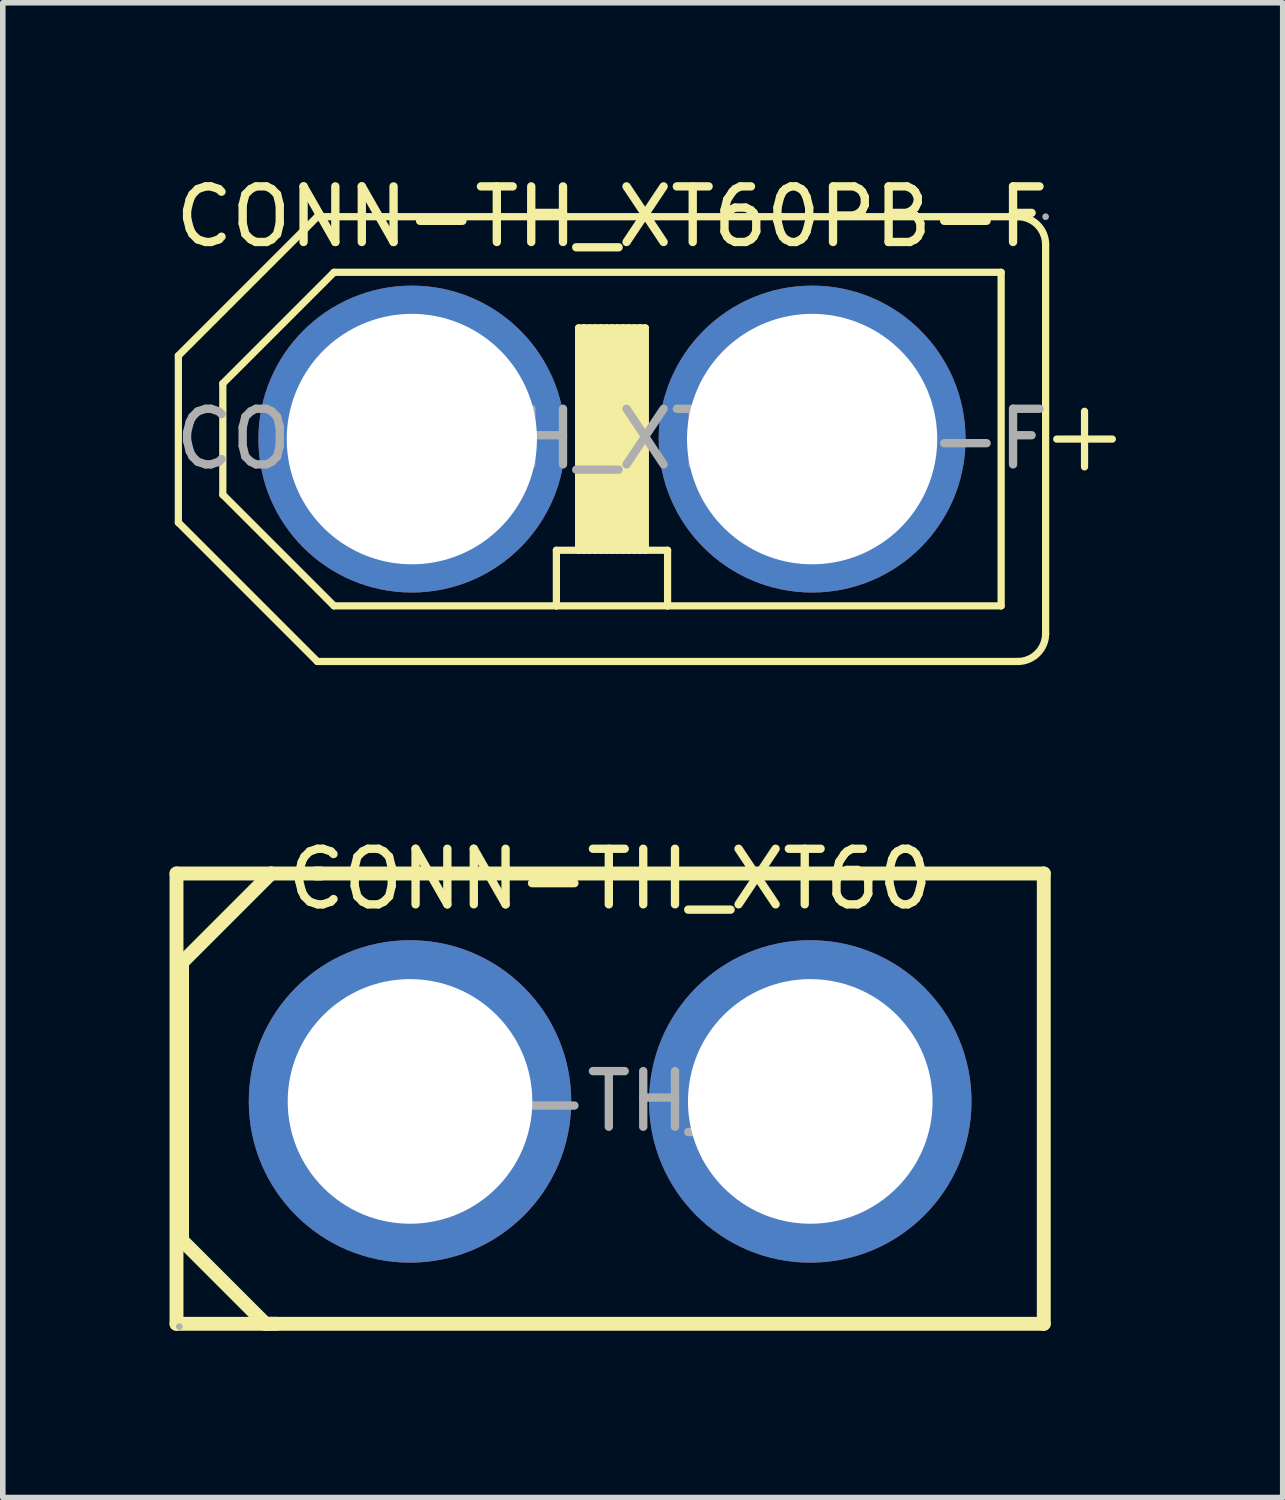
<source format=kicad_pcb>
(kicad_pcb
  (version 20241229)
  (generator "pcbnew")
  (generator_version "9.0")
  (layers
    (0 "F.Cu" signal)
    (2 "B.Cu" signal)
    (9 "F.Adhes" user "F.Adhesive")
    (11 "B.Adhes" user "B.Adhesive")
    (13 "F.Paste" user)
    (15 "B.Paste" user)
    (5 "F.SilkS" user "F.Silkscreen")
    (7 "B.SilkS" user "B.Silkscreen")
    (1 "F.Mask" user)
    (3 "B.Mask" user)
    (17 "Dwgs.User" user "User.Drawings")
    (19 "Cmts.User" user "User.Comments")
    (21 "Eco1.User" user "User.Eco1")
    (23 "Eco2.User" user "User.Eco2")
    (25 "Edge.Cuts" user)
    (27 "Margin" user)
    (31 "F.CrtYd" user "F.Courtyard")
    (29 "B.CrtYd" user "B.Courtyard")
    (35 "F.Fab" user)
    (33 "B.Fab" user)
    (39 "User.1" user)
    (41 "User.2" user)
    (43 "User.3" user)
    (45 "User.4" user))
  (footprint "CONN-TH_XT60"
    (layer "F.Cu")
    (at 7.925 16.762)
    (property "Reference" "CONN-TH_XT60" (at 0 -4 0) (layer "F.SilkS") (effects (font (size 1 1) (thickness 0.15))))
    (attr through_hole)
    (fp_line (start -7.8 -4.1) (end -7.8 4) (stroke (width 0.25) (type solid)) (layer "F.SilkS"))
    (fp_line (start -7.8 4) (end -6 4) (stroke (width 0.25) (type solid)) (layer "F.SilkS"))
    (fp_line (start -7.7 -2.5) (end -7.7 2.5) (stroke (width 0.25) (type solid)) (layer "F.SilkS"))
    (fp_line (start -7.7 2.5) (end -6.2 4) (stroke (width 0.25) (type solid)) (layer "F.SilkS"))
    (fp_line (start -6.2 4) (end 7.8 4) (stroke (width 0.25) (type solid)) (layer "F.SilkS"))
    (fp_line (start -6.1 -4.1) (end -7.8 -4.1) (stroke (width 0.25) (type solid)) (layer "F.SilkS"))
    (fp_line (start -6.1 -4.1) (end -7.7 -2.5) (stroke (width 0.25) (type solid)) (layer "F.SilkS"))
    (fp_line (start -5.2 -4.1) (end -6.1 -4.1) (stroke (width 0.25) (type solid)) (layer "F.SilkS"))
    (fp_line (start 7.8 -4.1) (end -5.3 -4.1) (stroke (width 0.25) (type solid)) (layer "F.SilkS"))
    (fp_line (start 7.8 4) (end 7.8 -4.1) (stroke (width 0.25) (type solid)) (layer "F.SilkS"))
    (fp_circle (center -7.75 4.05) (end -7.72 4.05) (stroke (width 0.06) (type solid)) (fill no) (layer "F.Fab"))
    (fp_circle (center -3.6 0) (end -2.72 0) (stroke (width 1.75) (type solid)) (fill no) (layer "F.Fab"))
    (fp_circle (center 3.6 0) (end 4.48 0) (stroke (width 1.75) (type solid)) (fill no) (layer "F.Fab"))
    (fp_text user "${REFERENCE}" (at 0 0 0) (layer "F.Fab") (effects (font (size 1 1) (thickness 0.15))))
    (pad "1" thru_hole circle (at -3.6 0) (size 5.8 5.8) (drill 4.4) (layers "*.Cu" "*.Mask"))
    (pad "2" thru_hole circle (at 3.6 0) (size 5.8 5.8) (drill 4.4) (layers "*.Cu" "*.Mask")))
  (footprint "CONN-TH_XT60PB-F"
    (layer "F.Cu")
    (at 7.958 4.848)
    (property "Reference" "CONN-TH_XT60PB-F" (at 0 -4 0) (layer "F.SilkS") (effects (font (size 1 1) (thickness 0.15))))
    (attr through_hole)
    (fp_line (start -7.8 -1.5) (end -5.3 -4) (stroke (width 0.13) (type solid)) (layer "F.SilkS"))
    (fp_line (start -7.8 1.5) (end -7.8 -1.5) (stroke (width 0.13) (type solid)) (layer "F.SilkS"))
    (fp_line (start -7 -1) (end -7 1) (stroke (width 0.13) (type solid)) (layer "F.SilkS"))
    (fp_line (start -7 1) (end -5 3) (stroke (width 0.13) (type solid)) (layer "F.SilkS"))
    (fp_line (start -5.3 -4) (end 7.3 -4) (stroke (width 0.13) (type solid)) (layer "F.SilkS"))
    (fp_line (start -5.3 4) (end -7.8 1.5) (stroke (width 0.13) (type solid)) (layer "F.SilkS"))
    (fp_line (start -5 -3) (end -7 -1) (stroke (width 0.13) (type solid)) (layer "F.SilkS"))
    (fp_line (start -5 3) (end -1 3) (stroke (width 0.13) (type solid)) (layer "F.SilkS"))
    (fp_line (start -1 2) (end -0.6 2) (stroke (width 0.13) (type solid)) (layer "F.SilkS"))
    (fp_line (start -1 3) (end -1 2) (stroke (width 0.13) (type solid)) (layer "F.SilkS"))
    (fp_line (start -1 3) (end 1 3) (stroke (width 0.13) (type solid)) (layer "F.SilkS"))
    (fp_line (start -0.6 -2) (end -0.5 -2) (stroke (width 0.13) (type solid)) (layer "F.SilkS"))
    (fp_line (start -0.6 2) (end -0.6 -2) (stroke (width 0.13) (type solid)) (layer "F.SilkS"))
    (fp_line (start -0.6 2) (end -0.5 2) (stroke (width 0.13) (type solid)) (layer "F.SilkS"))
    (fp_line (start -0.5 -2) (end -0.4 -2) (stroke (width 0.13) (type solid)) (layer "F.SilkS"))
    (fp_line (start -0.5 2) (end -0.5 -2) (stroke (width 0.13) (type solid)) (layer "F.SilkS"))
    (fp_line (start -0.5 2) (end -0.4 2) (stroke (width 0.13) (type solid)) (layer "F.SilkS"))
    (fp_line (start -0.4 -2) (end -0.3 -2) (stroke (width 0.13) (type solid)) (layer "F.SilkS"))
    (fp_line (start -0.4 2) (end -0.4 -2) (stroke (width 0.13) (type solid)) (layer "F.SilkS"))
    (fp_line (start -0.4 2) (end -0.3 2) (stroke (width 0.13) (type solid)) (layer "F.SilkS"))
    (fp_line (start -0.3 -2) (end -0.2 -2) (stroke (width 0.13) (type solid)) (layer "F.SilkS"))
    (fp_line (start -0.3 2) (end -0.3 -2) (stroke (width 0.13) (type solid)) (layer "F.SilkS"))
    (fp_line (start -0.3 2) (end -0.2 2) (stroke (width 0.13) (type solid)) (layer "F.SilkS"))
    (fp_line (start -0.2 -2) (end -0.1 -2) (stroke (width 0.13) (type solid)) (layer "F.SilkS"))
    (fp_line (start -0.2 2) (end -0.2 -2) (stroke (width 0.13) (type solid)) (layer "F.SilkS"))
    (fp_line (start -0.2 2) (end -0.1 2) (stroke (width 0.13) (type solid)) (layer "F.SilkS"))
    (fp_line (start -0.1 -2) (end 0 -2) (stroke (width 0.13) (type solid)) (layer "F.SilkS"))
    (fp_line (start -0.1 2) (end -0.1 -2) (stroke (width 0.13) (type solid)) (layer "F.SilkS"))
    (fp_line (start -0.1 2) (end 0 2) (stroke (width 0.13) (type solid)) (layer "F.SilkS"))
    (fp_line (start 0 -2) (end 0.1 -2) (stroke (width 0.13) (type solid)) (layer "F.SilkS"))
    (fp_line (start 0 2) (end 0 -2) (stroke (width 0.13) (type solid)) (layer "F.SilkS"))
    (fp_line (start 0 2) (end 0.1 2) (stroke (width 0.13) (type solid)) (layer "F.SilkS"))
    (fp_line (start 0.1 -2) (end 0.2 -2) (stroke (width 0.13) (type solid)) (layer "F.SilkS"))
    (fp_line (start 0.1 2) (end 0.1 -2) (stroke (width 0.13) (type solid)) (layer "F.SilkS"))
    (fp_line (start 0.1 2) (end 0.2 2) (stroke (width 0.13) (type solid)) (layer "F.SilkS"))
    (fp_line (start 0.2 -2) (end 0.3 -2) (stroke (width 0.13) (type solid)) (layer "F.SilkS"))
    (fp_line (start 0.2 2) (end 0.2 -2) (stroke (width 0.13) (type solid)) (layer "F.SilkS"))
    (fp_line (start 0.2 2) (end 0.3 2) (stroke (width 0.13) (type solid)) (layer "F.SilkS"))
    (fp_line (start 0.3 -2) (end 0.4 -2) (stroke (width 0.13) (type solid)) (layer "F.SilkS"))
    (fp_line (start 0.3 2) (end 0.3 -2) (stroke (width 0.13) (type solid)) (layer "F.SilkS"))
    (fp_line (start 0.3 2) (end 0.4 2) (stroke (width 0.13) (type solid)) (layer "F.SilkS"))
    (fp_line (start 0.4 -2) (end 0.5 -2) (stroke (width 0.13) (type solid)) (layer "F.SilkS"))
    (fp_line (start 0.4 2) (end 0.4 -2) (stroke (width 0.13) (type solid)) (layer "F.SilkS"))
    (fp_line (start 0.4 2) (end 0.5 2) (stroke (width 0.13) (type solid)) (layer "F.SilkS"))
    (fp_line (start 0.5 -2) (end 0.6 -2) (stroke (width 0.13) (type solid)) (layer "F.SilkS"))
    (fp_line (start 0.5 2) (end 0.5 -2) (stroke (width 0.13) (type solid)) (layer "F.SilkS"))
    (fp_line (start 0.5 2) (end 0.6 2) (stroke (width 0.13) (type solid)) (layer "F.SilkS"))
    (fp_line (start 0.6 -2) (end 0.6 2) (stroke (width 0.13) (type solid)) (layer "F.SilkS"))
    (fp_line (start 0.6 2) (end 1 2) (stroke (width 0.13) (type solid)) (layer "F.SilkS"))
    (fp_line (start 1 2) (end 1 3) (stroke (width 0.13) (type solid)) (layer "F.SilkS"))
    (fp_line (start 1 3) (end 7 3) (stroke (width 0.13) (type solid)) (layer "F.SilkS"))
    (fp_line (start 7 -3) (end -5 -3) (stroke (width 0.13) (type solid)) (layer "F.SilkS"))
    (fp_line (start 7 3) (end 7 -3) (stroke (width 0.13) (type solid)) (layer "F.SilkS"))
    (fp_line (start 7.3 4) (end -5.3 4) (stroke (width 0.13) (type solid)) (layer "F.SilkS"))
    (fp_line (start 7.8 -3.5) (end 7.8 3.5) (stroke (width 0.13) (type solid)) (layer "F.SilkS"))
    (fp_line (start 8 0) (end 9 0) (stroke (width 0.13) (type solid)) (layer "F.SilkS"))
    (fp_line (start 8.5 -0.5) (end 8.5 0.5) (stroke (width 0.13) (type solid)) (layer "F.SilkS"))
    (fp_arc (start 7.3 -4) (mid 7.653553 -3.853553) (end 7.8 -3.5) (stroke (width 0.13) (type solid)) (layer "F.SilkS"))
    (fp_arc (start 7.8 3.5) (mid 7.653553 3.853553) (end 7.3 4) (stroke (width 0.13) (type solid)) (layer "F.SilkS"))
    (fp_circle (center -3.6 0) (end -2.6 0) (stroke (width 2) (type solid)) (fill no) (layer "F.Fab"))
    (fp_circle (center 3.6 0) (end 4.6 0) (stroke (width 2) (type solid)) (fill no) (layer "F.Fab"))
    (fp_circle (center 7.8 -4) (end 7.83 -4) (stroke (width 0.06) (type solid)) (fill no) (layer "F.Fab"))
    (fp_text user "${REFERENCE}" (at 0 0 0) (layer "F.Fab") (effects (font (size 1 1) (thickness 0.15))))
    (pad "+" thru_hole circle (at 3.6 0) (size 5.52 5.52) (drill oval 4.5 4.505) (layers "*.Cu" "*.Mask"))
    (pad "-" thru_hole circle (at -3.6 0) (size 5.52 5.52) (drill oval 4.5 4.505) (layers "*.Cu" "*.Mask")))
  (gr_rect
    (start -3 -3)
    (end 20.023 23.887)
    (stroke (width 0.1) (type default))
    (fill no)
    (layer "Edge.Cuts")))
</source>
